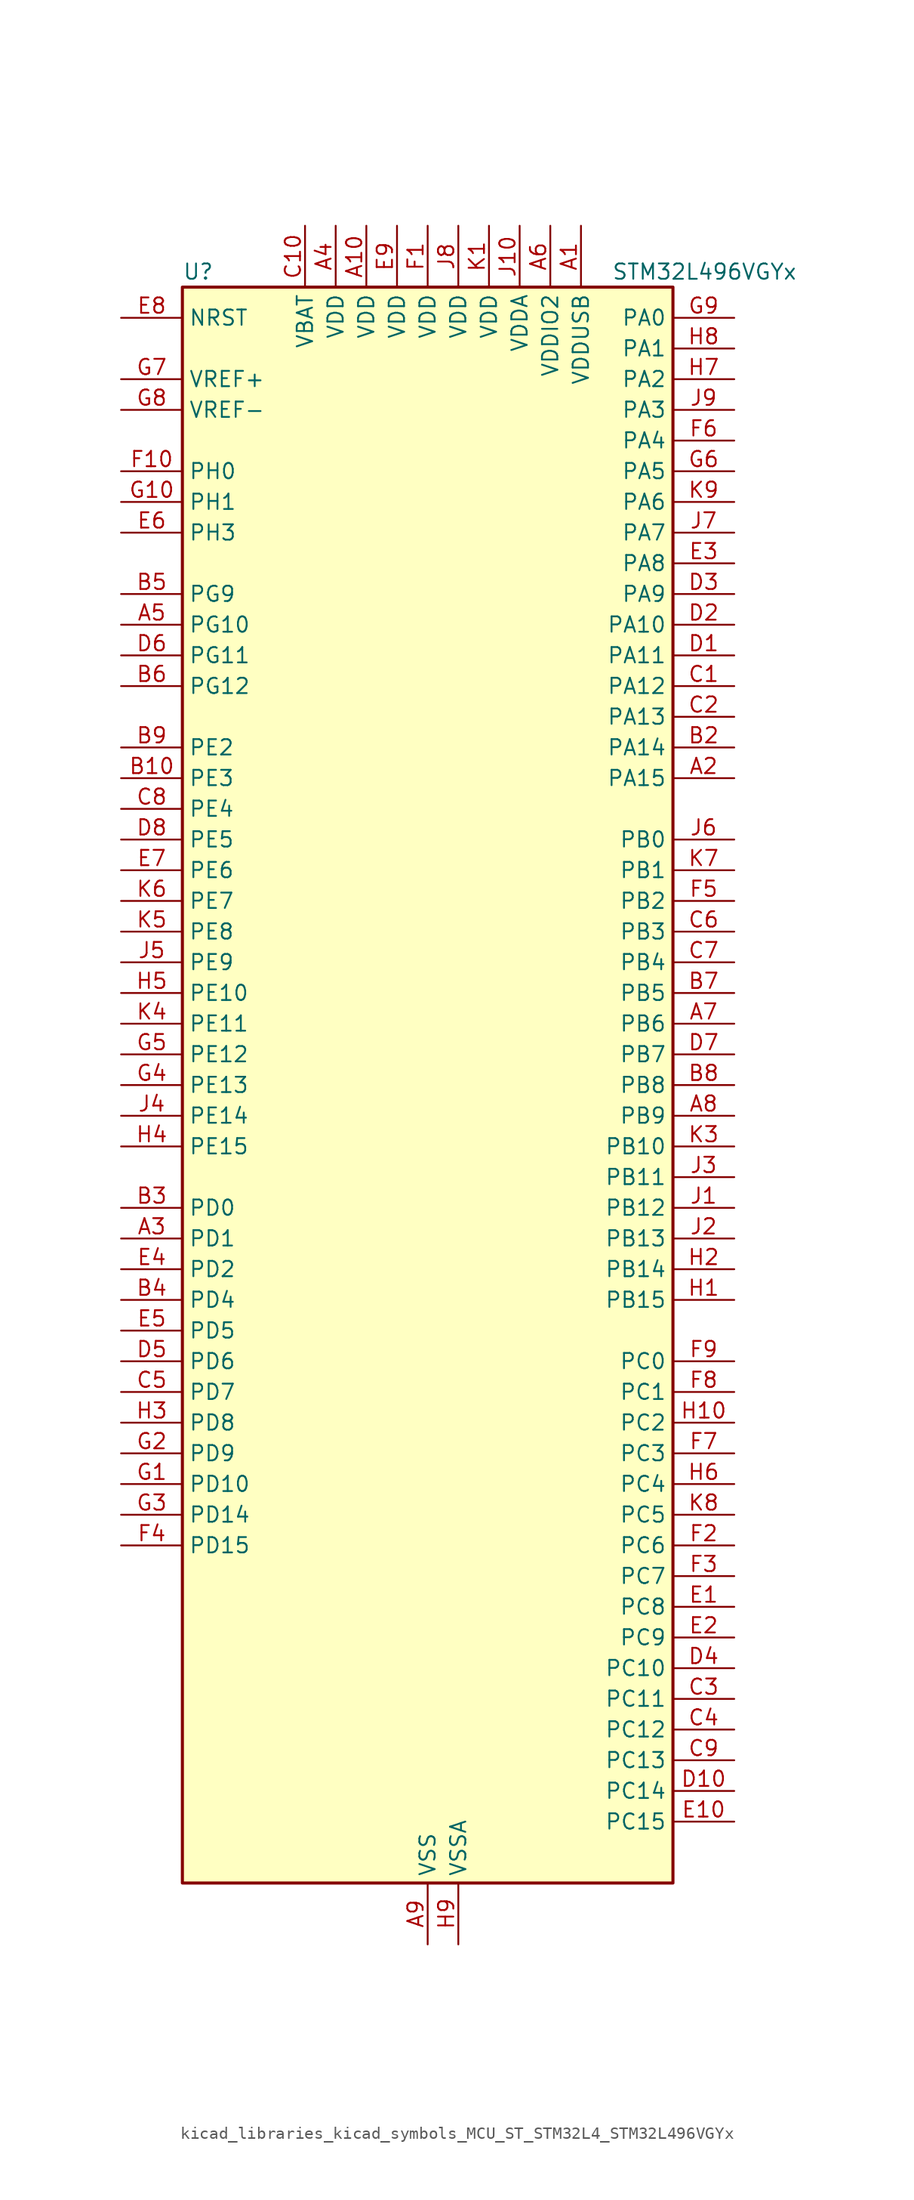
<source format=kicad_sym>
(kicad_symbol_lib
  (version 20220914)
  (generator kicad_symbol_editor)
  (symbol "kicad_libraries_kicad_symbols_MCU_ST_STM32L4_STM32L496VGYx"
    (property "Reference" "U"
      (at -20.32 67.31 0)
      (effects (font (size 1.27 1.27)) (justify left)))
    (property "Value" "STM32L496VGYx"
      (at 15.24 67.31 0)
      (effects (font (size 1.27 1.27)) (justify left)))
    (property "ki_locked" ""
      (at 0 0 0)
      (effects (font (size 1.27 1.27))))
    (symbol "kicad_libraries_kicad_symbols_MCU_ST_STM32L4_STM32L496VGYx_0_1"
      (rectangle (start -20.32 -66.04) (end 20.32 66.04) (stroke (width 0.254) (type default)) (fill (type background))))
    (symbol "kicad_libraries_kicad_symbols_MCU_ST_STM32L4_STM32L496VGYx_1_1"
      (pin power_in line (at 12.7 71.12 270) (length 5.08) (name "VDDUSB" (effects (font (size 1.27 1.27)))) (number "A1" (effects (font (size 1.27 1.27)))))
      (pin power_in line (at -5.08 71.12 270) (length 5.08) (name "VDD" (effects (font (size 1.27 1.27)))) (number "A10" (effects (font (size 1.27 1.27)))))
      (pin bidirectional line (at 25.4 25.4 180) (length 5.08) (name "PA15" (effects (font (size 1.27 1.27)))) (number "A2" (effects (font (size 1.27 1.27)))) (alternate "ADC1_EXTI15" bidirectional line) (alternate "ADC2_EXTI15" bidirectional line) (alternate "ADC3_EXTI15" bidirectional line) (alternate "LCD_SEG17" bidirectional line) (alternate "SAI2_FS_B" bidirectional line) (alternate "SPI1_NSS" bidirectional line) (alternate "SPI3_NSS" bidirectional line) (alternate "SWPMI1_SUSPEND" bidirectional line) (alternate "SYS_JTDI" bidirectional line) (alternate "TIM2_CH1" bidirectional line) (alternate "TIM2_ETR" bidirectional line) (alternate "TSC_G3_IO1" bidirectional line) (alternate "UART4_DE" bidirectional line) (alternate "UART4_RTS" bidirectional line) (alternate "USART2_RX" bidirectional line) (alternate "USART3_DE" bidirectional line) (alternate "USART3_RTS" bidirectional line))
      (pin bidirectional line (at -25.4 -12.7 0) (length 5.08) (name "PD1" (effects (font (size 1.27 1.27)))) (number "A3" (effects (font (size 1.27 1.27)))) (alternate "CAN1_TX" bidirectional line) (alternate "DFSDM1_CKIN7" bidirectional line) (alternate "FMC_D3" bidirectional line) (alternate "FMC_DA3" bidirectional line) (alternate "SPI2_SCK" bidirectional line))
      (pin power_in line (at -7.62 71.12 270) (length 5.08) (name "VDD" (effects (font (size 1.27 1.27)))) (number "A4" (effects (font (size 1.27 1.27)))))
      (pin bidirectional line (at -25.4 38.1 0) (length 5.08) (name "PG10" (effects (font (size 1.27 1.27)))) (number "A5" (effects (font (size 1.27 1.27)))) (alternate "LPTIM1_IN1" bidirectional line) (alternate "SAI2_FS_A" bidirectional line) (alternate "SPI3_MISO" bidirectional line) (alternate "TIM15_CH1" bidirectional line) (alternate "USART1_RX" bidirectional line))
      (pin power_in line (at 10.16 71.12 270) (length 5.08) (name "VDDIO2" (effects (font (size 1.27 1.27)))) (number "A6" (effects (font (size 1.27 1.27)))))
      (pin bidirectional line (at 25.4 5.08 180) (length 5.08) (name "PB6" (effects (font (size 1.27 1.27)))) (number "A7" (effects (font (size 1.27 1.27)))) (alternate "CAN2_TX" bidirectional line) (alternate "COMP2_INP" bidirectional line) (alternate "DCMI_D5" bidirectional line) (alternate "DFSDM1_DATIN5" bidirectional line) (alternate "I2C1_SCL" bidirectional line) (alternate "I2C4_SCL" bidirectional line) (alternate "LPTIM1_ETR" bidirectional line) (alternate "SAI1_FS_B" bidirectional line) (alternate "TIM16_CH1N" bidirectional line) (alternate "TIM4_CH1" bidirectional line) (alternate "TIM8_BKIN2" bidirectional line) (alternate "TIM8_BKIN2_COMP2" bidirectional line) (alternate "TSC_G2_IO3" bidirectional line) (alternate "USART1_TX" bidirectional line))
      (pin bidirectional line (at 25.4 -2.54 180) (length 5.08) (name "PB9" (effects (font (size 1.27 1.27)))) (number "A8" (effects (font (size 1.27 1.27)))) (alternate "CAN1_TX" bidirectional line) (alternate "DAC1_EXTI9" bidirectional line) (alternate "DCMI_D7" bidirectional line) (alternate "DFSDM1_CKIN6" bidirectional line) (alternate "I2C1_SDA" bidirectional line) (alternate "IR_OUT" bidirectional line) (alternate "LCD_COM3" bidirectional line) (alternate "SAI1_FS_A" bidirectional line) (alternate "SDMMC1_D5" bidirectional line) (alternate "SPI2_NSS" bidirectional line) (alternate "TIM17_CH1" bidirectional line) (alternate "TIM4_CH4" bidirectional line))
      (pin power_in line (at 0 -71.12 90) (length 5.08) (name "VSS" (effects (font (size 1.27 1.27)))) (number "A9" (effects (font (size 1.27 1.27)))))
      (pin passive line (at 0 -71.12 90) (length 5.08) hide (name "VSS" (effects (font (size 1.27 1.27)))) (number "B1" (effects (font (size 1.27 1.27)))))
      (pin bidirectional line (at -25.4 25.4 0) (length 5.08) (name "PE3" (effects (font (size 1.27 1.27)))) (number "B10" (effects (font (size 1.27 1.27)))) (alternate "FMC_A19" bidirectional line) (alternate "LCD_SEG39" bidirectional line) (alternate "SAI1_SD_B" bidirectional line) (alternate "SYS_TRACED0" bidirectional line) (alternate "TIM3_CH1" bidirectional line) (alternate "TSC_G7_IO2" bidirectional line))
      (pin bidirectional line (at 25.4 27.94 180) (length 5.08) (name "PA14" (effects (font (size 1.27 1.27)))) (number "B2" (effects (font (size 1.27 1.27)))) (alternate "I2C1_SMBA" bidirectional line) (alternate "I2C4_SMBA" bidirectional line) (alternate "LPTIM1_OUT" bidirectional line) (alternate "SAI1_FS_B" bidirectional line) (alternate "SWPMI1_RX" bidirectional line) (alternate "SYS_JTCK-SWCLK" bidirectional line) (alternate "USB_OTG_FS_SOF" bidirectional line))
      (pin bidirectional line (at -25.4 -10.16 0) (length 5.08) (name "PD0" (effects (font (size 1.27 1.27)))) (number "B3" (effects (font (size 1.27 1.27)))) (alternate "CAN1_RX" bidirectional line) (alternate "DFSDM1_DATIN7" bidirectional line) (alternate "FMC_D2" bidirectional line) (alternate "FMC_DA2" bidirectional line) (alternate "SPI2_NSS" bidirectional line))
      (pin bidirectional line (at -25.4 -17.78 0) (length 5.08) (name "PD4" (effects (font (size 1.27 1.27)))) (number "B4" (effects (font (size 1.27 1.27)))) (alternate "DFSDM1_CKIN0" bidirectional line) (alternate "FMC_NOE" bidirectional line) (alternate "QUADSPI_BK2_IO0" bidirectional line) (alternate "SPI2_MOSI" bidirectional line) (alternate "USART2_DE" bidirectional line) (alternate "USART2_RTS" bidirectional line))
      (pin bidirectional line (at -25.4 40.64 0) (length 5.08) (name "PG9" (effects (font (size 1.27 1.27)))) (number "B5" (effects (font (size 1.27 1.27)))) (alternate "DAC1_EXTI9" bidirectional line) (alternate "FMC_NCE" bidirectional line) (alternate "SAI2_SCK_A" bidirectional line) (alternate "SPI3_SCK" bidirectional line) (alternate "TIM15_CH1N" bidirectional line) (alternate "USART1_TX" bidirectional line))
      (pin bidirectional line (at -25.4 33.02 0) (length 5.08) (name "PG12" (effects (font (size 1.27 1.27)))) (number "B6" (effects (font (size 1.27 1.27)))) (alternate "LPTIM1_ETR" bidirectional line) (alternate "SAI2_SD_A" bidirectional line) (alternate "SPI3_NSS" bidirectional line) (alternate "USART1_DE" bidirectional line) (alternate "USART1_RTS" bidirectional line))
      (pin bidirectional line (at 25.4 7.62 180) (length 5.08) (name "PB5" (effects (font (size 1.27 1.27)))) (number "B7" (effects (font (size 1.27 1.27)))) (alternate "CAN2_RX" bidirectional line) (alternate "COMP2_OUT" bidirectional line) (alternate "DCMI_D10" bidirectional line) (alternate "I2C1_SMBA" bidirectional line) (alternate "LCD_SEG9" bidirectional line) (alternate "LPTIM1_IN1" bidirectional line) (alternate "SAI1_SD_B" bidirectional line) (alternate "SPI1_MOSI" bidirectional line) (alternate "SPI3_MOSI" bidirectional line) (alternate "TIM16_BKIN" bidirectional line) (alternate "TIM3_CH2" bidirectional line) (alternate "TSC_G2_IO2" bidirectional line) (alternate "UART5_CTS" bidirectional line) (alternate "USART1_CK" bidirectional line))
      (pin bidirectional line (at 25.4 0 180) (length 5.08) (name "PB8" (effects (font (size 1.27 1.27)))) (number "B8" (effects (font (size 1.27 1.27)))) (alternate "CAN1_RX" bidirectional line) (alternate "DCMI_D6" bidirectional line) (alternate "DFSDM1_DATIN6" bidirectional line) (alternate "I2C1_SCL" bidirectional line) (alternate "LCD_SEG16" bidirectional line) (alternate "SAI1_MCLK_A" bidirectional line) (alternate "SDMMC1_D4" bidirectional line) (alternate "TIM16_CH1" bidirectional line) (alternate "TIM4_CH3" bidirectional line))
      (pin bidirectional line (at -25.4 27.94 0) (length 5.08) (name "PE2" (effects (font (size 1.27 1.27)))) (number "B9" (effects (font (size 1.27 1.27)))) (alternate "FMC_A23" bidirectional line) (alternate "LCD_SEG38" bidirectional line) (alternate "SAI1_MCLK_A" bidirectional line) (alternate "SYS_TRACECLK" bidirectional line) (alternate "TIM3_ETR" bidirectional line) (alternate "TSC_G7_IO1" bidirectional line))
      (pin bidirectional line (at 25.4 33.02 180) (length 5.08) (name "PA12" (effects (font (size 1.27 1.27)))) (number "C1" (effects (font (size 1.27 1.27)))) (alternate "CAN1_TX" bidirectional line) (alternate "SPI1_MOSI" bidirectional line) (alternate "TIM1_ETR" bidirectional line) (alternate "USART1_DE" bidirectional line) (alternate "USART1_RTS" bidirectional line) (alternate "USB_OTG_FS_DP" bidirectional line))
      (pin power_in line (at -10.16 71.12 270) (length 5.08) (name "VBAT" (effects (font (size 1.27 1.27)))) (number "C10" (effects (font (size 1.27 1.27)))))
      (pin bidirectional line (at 25.4 30.48 180) (length 5.08) (name "PA13" (effects (font (size 1.27 1.27)))) (number "C2" (effects (font (size 1.27 1.27)))) (alternate "IR_OUT" bidirectional line) (alternate "SAI1_SD_B" bidirectional line) (alternate "SWPMI1_TX" bidirectional line) (alternate "SYS_JTMS-SWDIO" bidirectional line) (alternate "USB_OTG_FS_NOE" bidirectional line))
      (pin bidirectional line (at 25.4 -50.8 180) (length 5.08) (name "PC11" (effects (font (size 1.27 1.27)))) (number "C3" (effects (font (size 1.27 1.27)))) (alternate "ADC1_EXTI11" bidirectional line) (alternate "ADC2_EXTI11" bidirectional line) (alternate "ADC3_EXTI11" bidirectional line) (alternate "DCMI_D4" bidirectional line) (alternate "LCD_COM5" bidirectional line) (alternate "LCD_SEG29" bidirectional line) (alternate "LCD_SEG41" bidirectional line) (alternate "QUADSPI_BK2_NCS" bidirectional line) (alternate "SAI2_MCLK_B" bidirectional line) (alternate "SDMMC1_D3" bidirectional line) (alternate "SPI3_MISO" bidirectional line) (alternate "TSC_G3_IO3" bidirectional line) (alternate "UART4_RX" bidirectional line) (alternate "USART3_RX" bidirectional line))
      (pin bidirectional line (at 25.4 -53.34 180) (length 5.08) (name "PC12" (effects (font (size 1.27 1.27)))) (number "C4" (effects (font (size 1.27 1.27)))) (alternate "DCMI_D9" bidirectional line) (alternate "LCD_COM6" bidirectional line) (alternate "LCD_SEG30" bidirectional line) (alternate "LCD_SEG42" bidirectional line) (alternate "SAI2_SD_B" bidirectional line) (alternate "SDMMC1_CK" bidirectional line) (alternate "SPI3_MOSI" bidirectional line) (alternate "SYS_TRACED3" bidirectional line) (alternate "TSC_G3_IO4" bidirectional line) (alternate "UART5_TX" bidirectional line) (alternate "USART3_CK" bidirectional line))
      (pin bidirectional line (at -25.4 -25.4 0) (length 5.08) (name "PD7" (effects (font (size 1.27 1.27)))) (number "C5" (effects (font (size 1.27 1.27)))) (alternate "DFSDM1_CKIN1" bidirectional line) (alternate "FMC_NE1" bidirectional line) (alternate "QUADSPI_BK2_IO3" bidirectional line) (alternate "USART2_CK" bidirectional line))
      (pin bidirectional line (at 25.4 12.7 180) (length 5.08) (name "PB3" (effects (font (size 1.27 1.27)))) (number "C6" (effects (font (size 1.27 1.27)))) (alternate "COMP2_INM" bidirectional line) (alternate "CRS_SYNC" bidirectional line) (alternate "LCD_SEG7" bidirectional line) (alternate "SAI1_SCK_B" bidirectional line) (alternate "SPI1_SCK" bidirectional line) (alternate "SPI3_SCK" bidirectional line) (alternate "SYS_JTDO-SWO" bidirectional line) (alternate "TIM2_CH2" bidirectional line) (alternate "USART1_DE" bidirectional line) (alternate "USART1_RTS" bidirectional line))
      (pin bidirectional line (at 25.4 10.16 180) (length 5.08) (name "PB4" (effects (font (size 1.27 1.27)))) (number "C7" (effects (font (size 1.27 1.27)))) (alternate "COMP2_INP" bidirectional line) (alternate "DCMI_D12" bidirectional line) (alternate "I2C3_SDA" bidirectional line) (alternate "LCD_SEG8" bidirectional line) (alternate "SAI1_MCLK_B" bidirectional line) (alternate "SPI1_MISO" bidirectional line) (alternate "SPI3_MISO" bidirectional line) (alternate "SYS_JTRST" bidirectional line) (alternate "TIM17_BKIN" bidirectional line) (alternate "TIM3_CH1" bidirectional line) (alternate "TSC_G2_IO1" bidirectional line) (alternate "UART5_DE" bidirectional line) (alternate "UART5_RTS" bidirectional line) (alternate "USART1_CTS" bidirectional line))
      (pin bidirectional line (at -25.4 22.86 0) (length 5.08) (name "PE4" (effects (font (size 1.27 1.27)))) (number "C8" (effects (font (size 1.27 1.27)))) (alternate "DCMI_D4" bidirectional line) (alternate "DFSDM1_DATIN3" bidirectional line) (alternate "FMC_A20" bidirectional line) (alternate "SAI1_FS_A" bidirectional line) (alternate "SYS_TRACED1" bidirectional line) (alternate "TIM3_CH2" bidirectional line) (alternate "TSC_G7_IO3" bidirectional line))
      (pin bidirectional line (at 25.4 -55.88 180) (length 5.08) (name "PC13" (effects (font (size 1.27 1.27)))) (number "C9" (effects (font (size 1.27 1.27)))) (alternate "RTC_OUT_ALARM" bidirectional line) (alternate "RTC_OUT_CALIB" bidirectional line) (alternate "RTC_TAMP1" bidirectional line) (alternate "RTC_TS" bidirectional line) (alternate "SYS_WKUP2" bidirectional line))
      (pin bidirectional line (at 25.4 35.56 180) (length 5.08) (name "PA11" (effects (font (size 1.27 1.27)))) (number "D1" (effects (font (size 1.27 1.27)))) (alternate "ADC1_EXTI11" bidirectional line) (alternate "ADC2_EXTI11" bidirectional line) (alternate "ADC3_EXTI11" bidirectional line) (alternate "CAN1_RX" bidirectional line) (alternate "SPI1_MISO" bidirectional line) (alternate "TIM1_BKIN2" bidirectional line) (alternate "TIM1_BKIN2_COMP1" bidirectional line) (alternate "TIM1_CH4" bidirectional line) (alternate "USART1_CTS" bidirectional line) (alternate "USB_OTG_FS_DM" bidirectional line))
      (pin bidirectional line (at 25.4 -58.42 180) (length 5.08) (name "PC14" (effects (font (size 1.27 1.27)))) (number "D10" (effects (font (size 1.27 1.27)))) (alternate "RCC_OSC32_IN" bidirectional line))
      (pin bidirectional line (at 25.4 38.1 180) (length 5.08) (name "PA10" (effects (font (size 1.27 1.27)))) (number "D2" (effects (font (size 1.27 1.27)))) (alternate "DCMI_D1" bidirectional line) (alternate "LCD_COM2" bidirectional line) (alternate "SAI1_SD_A" bidirectional line) (alternate "TIM17_BKIN" bidirectional line) (alternate "TIM1_CH3" bidirectional line) (alternate "USART1_RX" bidirectional line) (alternate "USB_OTG_FS_ID" bidirectional line))
      (pin bidirectional line (at 25.4 40.64 180) (length 5.08) (name "PA9" (effects (font (size 1.27 1.27)))) (number "D3" (effects (font (size 1.27 1.27)))) (alternate "DAC1_EXTI9" bidirectional line) (alternate "DCMI_D0" bidirectional line) (alternate "LCD_COM1" bidirectional line) (alternate "SAI1_FS_A" bidirectional line) (alternate "SPI2_SCK" bidirectional line) (alternate "TIM15_BKIN" bidirectional line) (alternate "TIM1_CH2" bidirectional line) (alternate "USART1_TX" bidirectional line) (alternate "USB_OTG_FS_VBUS" bidirectional line))
      (pin bidirectional line (at 25.4 -48.26 180) (length 5.08) (name "PC10" (effects (font (size 1.27 1.27)))) (number "D4" (effects (font (size 1.27 1.27)))) (alternate "DCMI_D8" bidirectional line) (alternate "LCD_COM4" bidirectional line) (alternate "LCD_SEG28" bidirectional line) (alternate "LCD_SEG40" bidirectional line) (alternate "SAI2_SCK_B" bidirectional line) (alternate "SDMMC1_D2" bidirectional line) (alternate "SPI3_SCK" bidirectional line) (alternate "SYS_TRACED1" bidirectional line) (alternate "TSC_G3_IO2" bidirectional line) (alternate "UART4_TX" bidirectional line) (alternate "USART3_TX" bidirectional line))
      (pin bidirectional line (at -25.4 -22.86 0) (length 5.08) (name "PD6" (effects (font (size 1.27 1.27)))) (number "D5" (effects (font (size 1.27 1.27)))) (alternate "DCMI_D10" bidirectional line) (alternate "DFSDM1_DATIN1" bidirectional line) (alternate "FMC_NWAIT" bidirectional line) (alternate "QUADSPI_BK2_IO1" bidirectional line) (alternate "QUADSPI_BK2_IO2" bidirectional line) (alternate "SAI1_SD_A" bidirectional line) (alternate "USART2_RX" bidirectional line))
      (pin bidirectional line (at -25.4 35.56 0) (length 5.08) (name "PG11" (effects (font (size 1.27 1.27)))) (number "D6" (effects (font (size 1.27 1.27)))) (alternate "ADC1_EXTI11" bidirectional line) (alternate "ADC2_EXTI11" bidirectional line) (alternate "ADC3_EXTI11" bidirectional line) (alternate "LPTIM1_IN2" bidirectional line) (alternate "SAI2_MCLK_A" bidirectional line) (alternate "SPI3_MOSI" bidirectional line) (alternate "TIM15_CH2" bidirectional line) (alternate "USART1_CTS" bidirectional line))
      (pin bidirectional line (at 25.4 2.54 180) (length 5.08) (name "PB7" (effects (font (size 1.27 1.27)))) (number "D7" (effects (font (size 1.27 1.27)))) (alternate "COMP2_INM" bidirectional line) (alternate "DCMI_VSYNC" bidirectional line) (alternate "DFSDM1_CKIN5" bidirectional line) (alternate "FMC_NL" bidirectional line) (alternate "I2C1_SDA" bidirectional line) (alternate "I2C4_SDA" bidirectional line) (alternate "LCD_SEG21" bidirectional line) (alternate "LPTIM1_IN2" bidirectional line) (alternate "SYS_PVD_IN" bidirectional line) (alternate "TIM17_CH1N" bidirectional line) (alternate "TIM4_CH2" bidirectional line) (alternate "TIM8_BKIN" bidirectional line) (alternate "TIM8_BKIN_COMP1" bidirectional line) (alternate "TSC_G2_IO4" bidirectional line) (alternate "UART4_CTS" bidirectional line) (alternate "USART1_RX" bidirectional line))
      (pin bidirectional line (at -25.4 20.32 0) (length 5.08) (name "PE5" (effects (font (size 1.27 1.27)))) (number "D8" (effects (font (size 1.27 1.27)))) (alternate "DCMI_D6" bidirectional line) (alternate "DFSDM1_CKIN3" bidirectional line) (alternate "FMC_A21" bidirectional line) (alternate "SAI1_SCK_A" bidirectional line) (alternate "SYS_TRACED2" bidirectional line) (alternate "TIM3_CH3" bidirectional line) (alternate "TSC_G7_IO4" bidirectional line))
      (pin passive line (at 0 -71.12 90) (length 5.08) hide (name "VSS" (effects (font (size 1.27 1.27)))) (number "D9" (effects (font (size 1.27 1.27)))))
      (pin bidirectional line (at 25.4 -43.18 180) (length 5.08) (name "PC8" (effects (font (size 1.27 1.27)))) (number "E1" (effects (font (size 1.27 1.27)))) (alternate "DCMI_D2" bidirectional line) (alternate "LCD_SEG26" bidirectional line) (alternate "SDMMC1_D0" bidirectional line) (alternate "TIM3_CH3" bidirectional line) (alternate "TIM8_CH3" bidirectional line) (alternate "TSC_G4_IO3" bidirectional line))
      (pin bidirectional line (at 25.4 -60.96 180) (length 5.08) (name "PC15" (effects (font (size 1.27 1.27)))) (number "E10" (effects (font (size 1.27 1.27)))) (alternate "ADC1_EXTI15" bidirectional line) (alternate "ADC2_EXTI15" bidirectional line) (alternate "ADC3_EXTI15" bidirectional line) (alternate "RCC_OSC32_OUT" bidirectional line))
      (pin bidirectional line (at 25.4 -45.72 180) (length 5.08) (name "PC9" (effects (font (size 1.27 1.27)))) (number "E2" (effects (font (size 1.27 1.27)))) (alternate "DAC1_EXTI9" bidirectional line) (alternate "DCMI_D3" bidirectional line) (alternate "I2C3_SDA" bidirectional line) (alternate "LCD_SEG27" bidirectional line) (alternate "SAI2_EXTCLK" bidirectional line) (alternate "SDMMC1_D1" bidirectional line) (alternate "TIM3_CH4" bidirectional line) (alternate "TIM8_BKIN2" bidirectional line) (alternate "TIM8_BKIN2_COMP1" bidirectional line) (alternate "TIM8_CH4" bidirectional line) (alternate "TSC_G4_IO4" bidirectional line) (alternate "USB_OTG_FS_NOE" bidirectional line))
      (pin bidirectional line (at 25.4 43.18 180) (length 5.08) (name "PA8" (effects (font (size 1.27 1.27)))) (number "E3" (effects (font (size 1.27 1.27)))) (alternate "LCD_COM0" bidirectional line) (alternate "LPTIM2_OUT" bidirectional line) (alternate "RCC_MCO" bidirectional line) (alternate "SAI1_SCK_A" bidirectional line) (alternate "SWPMI1_IO" bidirectional line) (alternate "TIM1_CH1" bidirectional line) (alternate "USART1_CK" bidirectional line) (alternate "USB_OTG_FS_SOF" bidirectional line))
      (pin bidirectional line (at -25.4 -15.24 0) (length 5.08) (name "PD2" (effects (font (size 1.27 1.27)))) (number "E4" (effects (font (size 1.27 1.27)))) (alternate "DCMI_D11" bidirectional line) (alternate "LCD_COM7" bidirectional line) (alternate "LCD_SEG31" bidirectional line) (alternate "LCD_SEG43" bidirectional line) (alternate "SDMMC1_CMD" bidirectional line) (alternate "SYS_TRACED2" bidirectional line) (alternate "TIM3_ETR" bidirectional line) (alternate "TSC_SYNC" bidirectional line) (alternate "UART5_RX" bidirectional line) (alternate "USART3_DE" bidirectional line) (alternate "USART3_RTS" bidirectional line))
      (pin bidirectional line (at -25.4 -20.32 0) (length 5.08) (name "PD5" (effects (font (size 1.27 1.27)))) (number "E5" (effects (font (size 1.27 1.27)))) (alternate "FMC_NWE" bidirectional line) (alternate "QUADSPI_BK2_IO1" bidirectional line) (alternate "USART2_TX" bidirectional line))
      (pin bidirectional line (at -25.4 45.72 0) (length 5.08) (name "PH3" (effects (font (size 1.27 1.27)))) (number "E6" (effects (font (size 1.27 1.27)))))
      (pin bidirectional line (at -25.4 17.78 0) (length 5.08) (name "PE6" (effects (font (size 1.27 1.27)))) (number "E7" (effects (font (size 1.27 1.27)))) (alternate "DCMI_D7" bidirectional line) (alternate "FMC_A22" bidirectional line) (alternate "RTC_TAMP3" bidirectional line) (alternate "SAI1_SD_A" bidirectional line) (alternate "SYS_TRACED3" bidirectional line) (alternate "SYS_WKUP3" bidirectional line) (alternate "TIM3_CH4" bidirectional line))
      (pin input line (at -25.4 63.5 0) (length 5.08) (name "NRST" (effects (font (size 1.27 1.27)))) (number "E8" (effects (font (size 1.27 1.27)))))
      (pin power_in line (at -2.54 71.12 270) (length 5.08) (name "VDD" (effects (font (size 1.27 1.27)))) (number "E9" (effects (font (size 1.27 1.27)))))
      (pin power_in line (at 0 71.12 270) (length 5.08) (name "VDD" (effects (font (size 1.27 1.27)))) (number "F1" (effects (font (size 1.27 1.27)))))
      (pin bidirectional line (at -25.4 50.8 0) (length 5.08) (name "PH0" (effects (font (size 1.27 1.27)))) (number "F10" (effects (font (size 1.27 1.27)))) (alternate "RCC_OSC_IN" bidirectional line))
      (pin bidirectional line (at 25.4 -38.1 180) (length 5.08) (name "PC6" (effects (font (size 1.27 1.27)))) (number "F2" (effects (font (size 1.27 1.27)))) (alternate "DCMI_D0" bidirectional line) (alternate "DFSDM1_CKIN3" bidirectional line) (alternate "LCD_SEG24" bidirectional line) (alternate "SAI2_MCLK_A" bidirectional line) (alternate "SDMMC1_D6" bidirectional line) (alternate "TIM3_CH1" bidirectional line) (alternate "TIM8_CH1" bidirectional line) (alternate "TSC_G4_IO1" bidirectional line))
      (pin bidirectional line (at 25.4 -40.64 180) (length 5.08) (name "PC7" (effects (font (size 1.27 1.27)))) (number "F3" (effects (font (size 1.27 1.27)))) (alternate "DCMI_D1" bidirectional line) (alternate "DFSDM1_DATIN3" bidirectional line) (alternate "LCD_SEG25" bidirectional line) (alternate "SAI2_MCLK_B" bidirectional line) (alternate "SDMMC1_D7" bidirectional line) (alternate "TIM3_CH2" bidirectional line) (alternate "TIM8_CH2" bidirectional line) (alternate "TSC_G4_IO2" bidirectional line))
      (pin bidirectional line (at -25.4 -38.1 0) (length 5.08) (name "PD15" (effects (font (size 1.27 1.27)))) (number "F4" (effects (font (size 1.27 1.27)))) (alternate "ADC1_EXTI15" bidirectional line) (alternate "ADC2_EXTI15" bidirectional line) (alternate "ADC3_EXTI15" bidirectional line) (alternate "FMC_D1" bidirectional line) (alternate "FMC_DA1" bidirectional line) (alternate "LCD_SEG35" bidirectional line) (alternate "TIM4_CH4" bidirectional line))
      (pin bidirectional line (at 25.4 15.24 180) (length 5.08) (name "PB2" (effects (font (size 1.27 1.27)))) (number "F5" (effects (font (size 1.27 1.27)))) (alternate "COMP1_INP" bidirectional line) (alternate "DFSDM1_CKIN0" bidirectional line) (alternate "I2C3_SMBA" bidirectional line) (alternate "LCD_VLCD" bidirectional line) (alternate "LPTIM1_OUT" bidirectional line) (alternate "RTC_OUT_ALARM" bidirectional line) (alternate "RTC_OUT_CALIB" bidirectional line))
      (pin bidirectional line (at 25.4 53.34 180) (length 5.08) (name "PA4" (effects (font (size 1.27 1.27)))) (number "F6" (effects (font (size 1.27 1.27)))) (alternate "ADC1_IN9" bidirectional line) (alternate "ADC2_IN9" bidirectional line) (alternate "DAC1_OUT1" bidirectional line) (alternate "DCMI_HSYNC" bidirectional line) (alternate "LPTIM2_OUT" bidirectional line) (alternate "SAI1_FS_B" bidirectional line) (alternate "SPI1_NSS" bidirectional line) (alternate "SPI3_NSS" bidirectional line) (alternate "USART2_CK" bidirectional line))
      (pin bidirectional line (at 25.4 -30.48 180) (length 5.08) (name "PC3" (effects (font (size 1.27 1.27)))) (number "F7" (effects (font (size 1.27 1.27)))) (alternate "ADC1_IN4" bidirectional line) (alternate "ADC2_IN4" bidirectional line) (alternate "ADC3_IN4" bidirectional line) (alternate "LCD_VLCD" bidirectional line) (alternate "LPTIM1_ETR" bidirectional line) (alternate "LPTIM2_ETR" bidirectional line) (alternate "QUADSPI_BK2_IO2" bidirectional line) (alternate "SAI1_SD_A" bidirectional line) (alternate "SPI2_MOSI" bidirectional line))
      (pin bidirectional line (at 25.4 -25.4 180) (length 5.08) (name "PC1" (effects (font (size 1.27 1.27)))) (number "F8" (effects (font (size 1.27 1.27)))) (alternate "ADC1_IN2" bidirectional line) (alternate "ADC2_IN2" bidirectional line) (alternate "ADC3_IN2" bidirectional line) (alternate "DFSDM1_CKIN4" bidirectional line) (alternate "I2C3_SDA" bidirectional line) (alternate "I2C4_SDA" bidirectional line) (alternate "LCD_SEG19" bidirectional line) (alternate "LPTIM1_OUT" bidirectional line) (alternate "LPUART1_TX" bidirectional line) (alternate "QUADSPI_BK2_IO0" bidirectional line) (alternate "SAI1_SD_A" bidirectional line) (alternate "SPI2_MOSI" bidirectional line) (alternate "SYS_TRACED0" bidirectional line))
      (pin bidirectional line (at 25.4 -22.86 180) (length 5.08) (name "PC0" (effects (font (size 1.27 1.27)))) (number "F9" (effects (font (size 1.27 1.27)))) (alternate "ADC1_IN1" bidirectional line) (alternate "ADC2_IN1" bidirectional line) (alternate "ADC3_IN1" bidirectional line) (alternate "DFSDM1_DATIN4" bidirectional line) (alternate "I2C3_SCL" bidirectional line) (alternate "I2C4_SCL" bidirectional line) (alternate "LCD_SEG18" bidirectional line) (alternate "LPTIM1_IN1" bidirectional line) (alternate "LPTIM2_IN1" bidirectional line) (alternate "LPUART1_RX" bidirectional line))
      (pin bidirectional line (at -25.4 -33.02 0) (length 5.08) (name "PD10" (effects (font (size 1.27 1.27)))) (number "G1" (effects (font (size 1.27 1.27)))) (alternate "FMC_D15" bidirectional line) (alternate "FMC_DA15" bidirectional line) (alternate "LCD_SEG30" bidirectional line) (alternate "SAI2_SCK_A" bidirectional line) (alternate "USART3_CK" bidirectional line))
      (pin bidirectional line (at -25.4 48.26 0) (length 5.08) (name "PH1" (effects (font (size 1.27 1.27)))) (number "G10" (effects (font (size 1.27 1.27)))) (alternate "RCC_OSC_OUT" bidirectional line))
      (pin bidirectional line (at -25.4 -30.48 0) (length 5.08) (name "PD9" (effects (font (size 1.27 1.27)))) (number "G2" (effects (font (size 1.27 1.27)))) (alternate "DAC1_EXTI9" bidirectional line) (alternate "DCMI_PIXCLK" bidirectional line) (alternate "FMC_D14" bidirectional line) (alternate "FMC_DA14" bidirectional line) (alternate "LCD_SEG29" bidirectional line) (alternate "SAI2_MCLK_A" bidirectional line) (alternate "USART3_RX" bidirectional line))
      (pin bidirectional line (at -25.4 -35.56 0) (length 5.08) (name "PD14" (effects (font (size 1.27 1.27)))) (number "G3" (effects (font (size 1.27 1.27)))) (alternate "FMC_D0" bidirectional line) (alternate "FMC_DA0" bidirectional line) (alternate "LCD_SEG34" bidirectional line) (alternate "TIM4_CH3" bidirectional line))
      (pin bidirectional line (at -25.4 0 0) (length 5.08) (name "PE13" (effects (font (size 1.27 1.27)))) (number "G4" (effects (font (size 1.27 1.27)))) (alternate "DFSDM1_CKIN5" bidirectional line) (alternate "FMC_D10" bidirectional line) (alternate "FMC_DA10" bidirectional line) (alternate "QUADSPI_BK1_IO1" bidirectional line) (alternate "SPI1_SCK" bidirectional line) (alternate "TIM1_CH3" bidirectional line) (alternate "TSC_G5_IO4" bidirectional line))
      (pin bidirectional line (at -25.4 2.54 0) (length 5.08) (name "PE12" (effects (font (size 1.27 1.27)))) (number "G5" (effects (font (size 1.27 1.27)))) (alternate "DFSDM1_DATIN5" bidirectional line) (alternate "FMC_D9" bidirectional line) (alternate "FMC_DA9" bidirectional line) (alternate "QUADSPI_BK1_IO0" bidirectional line) (alternate "SPI1_NSS" bidirectional line) (alternate "TIM1_CH3N" bidirectional line) (alternate "TSC_G5_IO3" bidirectional line))
      (pin bidirectional line (at 25.4 50.8 180) (length 5.08) (name "PA5" (effects (font (size 1.27 1.27)))) (number "G6" (effects (font (size 1.27 1.27)))) (alternate "ADC1_IN10" bidirectional line) (alternate "ADC2_IN10" bidirectional line) (alternate "DAC1_OUT2" bidirectional line) (alternate "LPTIM2_ETR" bidirectional line) (alternate "SPI1_SCK" bidirectional line) (alternate "TIM2_CH1" bidirectional line) (alternate "TIM2_ETR" bidirectional line) (alternate "TIM8_CH1N" bidirectional line))
      (pin input line (at -25.4 58.42 0) (length 5.08) (name "VREF+" (effects (font (size 1.27 1.27)))) (number "G7" (effects (font (size 1.27 1.27)))) (alternate "VREFBUF_OUT" bidirectional line))
      (pin input line (at -25.4 55.88 0) (length 5.08) (name "VREF-" (effects (font (size 1.27 1.27)))) (number "G8" (effects (font (size 1.27 1.27)))))
      (pin bidirectional line (at 25.4 63.5 180) (length 5.08) (name "PA0" (effects (font (size 1.27 1.27)))) (number "G9" (effects (font (size 1.27 1.27)))) (alternate "ADC1_IN5" bidirectional line) (alternate "ADC2_IN5" bidirectional line) (alternate "OPAMP1_VINP" bidirectional line) (alternate "RTC_TAMP2" bidirectional line) (alternate "SAI1_EXTCLK" bidirectional line) (alternate "SYS_WKUP1" bidirectional line) (alternate "TIM2_CH1" bidirectional line) (alternate "TIM2_ETR" bidirectional line) (alternate "TIM5_CH1" bidirectional line) (alternate "TIM8_ETR" bidirectional line) (alternate "UART4_TX" bidirectional line) (alternate "USART2_CTS" bidirectional line))
      (pin bidirectional line (at 25.4 -17.78 180) (length 5.08) (name "PB15" (effects (font (size 1.27 1.27)))) (number "H1" (effects (font (size 1.27 1.27)))) (alternate "ADC1_EXTI15" bidirectional line) (alternate "ADC2_EXTI15" bidirectional line) (alternate "ADC3_EXTI15" bidirectional line) (alternate "DFSDM1_CKIN2" bidirectional line) (alternate "LCD_SEG15" bidirectional line) (alternate "RTC_REFIN" bidirectional line) (alternate "SAI2_SD_A" bidirectional line) (alternate "SPI2_MOSI" bidirectional line) (alternate "SWPMI1_SUSPEND" bidirectional line) (alternate "TIM15_CH2" bidirectional line) (alternate "TIM1_CH3N" bidirectional line) (alternate "TIM8_CH3N" bidirectional line) (alternate "TSC_G1_IO4" bidirectional line))
      (pin bidirectional line (at 25.4 -27.94 180) (length 5.08) (name "PC2" (effects (font (size 1.27 1.27)))) (number "H10" (effects (font (size 1.27 1.27)))) (alternate "ADC1_IN3" bidirectional line) (alternate "ADC2_IN3" bidirectional line) (alternate "ADC3_IN3" bidirectional line) (alternate "DFSDM1_CKOUT" bidirectional line) (alternate "LCD_SEG20" bidirectional line) (alternate "LPTIM1_IN2" bidirectional line) (alternate "QUADSPI_BK2_IO1" bidirectional line) (alternate "SPI2_MISO" bidirectional line))
      (pin bidirectional line (at 25.4 -15.24 180) (length 5.08) (name "PB14" (effects (font (size 1.27 1.27)))) (number "H2" (effects (font (size 1.27 1.27)))) (alternate "DFSDM1_DATIN2" bidirectional line) (alternate "I2C2_SDA" bidirectional line) (alternate "LCD_SEG14" bidirectional line) (alternate "SAI2_MCLK_A" bidirectional line) (alternate "SPI2_MISO" bidirectional line) (alternate "SWPMI1_RX" bidirectional line) (alternate "TIM15_CH1" bidirectional line) (alternate "TIM1_CH2N" bidirectional line) (alternate "TIM8_CH2N" bidirectional line) (alternate "TSC_G1_IO3" bidirectional line) (alternate "USART3_DE" bidirectional line) (alternate "USART3_RTS" bidirectional line))
      (pin bidirectional line (at -25.4 -27.94 0) (length 5.08) (name "PD8" (effects (font (size 1.27 1.27)))) (number "H3" (effects (font (size 1.27 1.27)))) (alternate "DCMI_HSYNC" bidirectional line) (alternate "FMC_D13" bidirectional line) (alternate "FMC_DA13" bidirectional line) (alternate "LCD_SEG28" bidirectional line) (alternate "USART3_TX" bidirectional line))
      (pin bidirectional line (at -25.4 -5.08 0) (length 5.08) (name "PE15" (effects (font (size 1.27 1.27)))) (number "H4" (effects (font (size 1.27 1.27)))) (alternate "ADC1_EXTI15" bidirectional line) (alternate "ADC2_EXTI15" bidirectional line) (alternate "ADC3_EXTI15" bidirectional line) (alternate "FMC_D12" bidirectional line) (alternate "FMC_DA12" bidirectional line) (alternate "QUADSPI_BK1_IO3" bidirectional line) (alternate "SPI1_MOSI" bidirectional line) (alternate "TIM1_BKIN" bidirectional line) (alternate "TIM1_BKIN_COMP1" bidirectional line))
      (pin bidirectional line (at -25.4 7.62 0) (length 5.08) (name "PE10" (effects (font (size 1.27 1.27)))) (number "H5" (effects (font (size 1.27 1.27)))) (alternate "DFSDM1_DATIN4" bidirectional line) (alternate "FMC_D7" bidirectional line) (alternate "FMC_DA7" bidirectional line) (alternate "QUADSPI_CLK" bidirectional line) (alternate "SAI1_MCLK_B" bidirectional line) (alternate "TIM1_CH2N" bidirectional line) (alternate "TSC_G5_IO1" bidirectional line))
      (pin bidirectional line (at 25.4 -33.02 180) (length 5.08) (name "PC4" (effects (font (size 1.27 1.27)))) (number "H6" (effects (font (size 1.27 1.27)))) (alternate "ADC1_IN13" bidirectional line) (alternate "ADC2_IN13" bidirectional line) (alternate "COMP1_INM" bidirectional line) (alternate "LCD_SEG22" bidirectional line) (alternate "QUADSPI_BK2_IO3" bidirectional line) (alternate "USART3_TX" bidirectional line))
      (pin bidirectional line (at 25.4 58.42 180) (length 5.08) (name "PA2" (effects (font (size 1.27 1.27)))) (number "H7" (effects (font (size 1.27 1.27)))) (alternate "ADC1_IN7" bidirectional line) (alternate "ADC2_IN7" bidirectional line) (alternate "LCD_SEG1" bidirectional line) (alternate "LPUART1_TX" bidirectional line) (alternate "QUADSPI_BK1_NCS" bidirectional line) (alternate "RCC_LSCO" bidirectional line) (alternate "SAI2_EXTCLK" bidirectional line) (alternate "SYS_WKUP4" bidirectional line) (alternate "TIM15_CH1" bidirectional line) (alternate "TIM2_CH3" bidirectional line) (alternate "TIM5_CH3" bidirectional line) (alternate "USART2_TX" bidirectional line))
      (pin bidirectional line (at 25.4 60.96 180) (length 5.08) (name "PA1" (effects (font (size 1.27 1.27)))) (number "H8" (effects (font (size 1.27 1.27)))) (alternate "ADC1_IN6" bidirectional line) (alternate "ADC2_IN6" bidirectional line) (alternate "I2C1_SMBA" bidirectional line) (alternate "LCD_SEG0" bidirectional line) (alternate "OPAMP1_VINM" bidirectional line) (alternate "SPI1_SCK" bidirectional line) (alternate "TIM15_CH1N" bidirectional line) (alternate "TIM2_CH2" bidirectional line) (alternate "TIM5_CH2" bidirectional line) (alternate "UART4_RX" bidirectional line) (alternate "USART2_DE" bidirectional line) (alternate "USART2_RTS" bidirectional line))
      (pin power_in line (at 2.54 -71.12 90) (length 5.08) (name "VSSA" (effects (font (size 1.27 1.27)))) (number "H9" (effects (font (size 1.27 1.27)))))
      (pin bidirectional line (at 25.4 -10.16 180) (length 5.08) (name "PB12" (effects (font (size 1.27 1.27)))) (number "J1" (effects (font (size 1.27 1.27)))) (alternate "CAN2_RX" bidirectional line) (alternate "DFSDM1_DATIN1" bidirectional line) (alternate "I2C2_SMBA" bidirectional line) (alternate "LCD_SEG12" bidirectional line) (alternate "LPUART1_DE" bidirectional line) (alternate "LPUART1_RTS" bidirectional line) (alternate "SAI2_FS_A" bidirectional line) (alternate "SPI2_NSS" bidirectional line) (alternate "SWPMI1_IO" bidirectional line) (alternate "TIM15_BKIN" bidirectional line) (alternate "TIM1_BKIN" bidirectional line) (alternate "TIM1_BKIN_COMP2" bidirectional line) (alternate "TSC_G1_IO1" bidirectional line) (alternate "USART3_CK" bidirectional line))
      (pin power_in line (at 7.62 71.12 270) (length 5.08) (name "VDDA" (effects (font (size 1.27 1.27)))) (number "J10" (effects (font (size 1.27 1.27)))))
      (pin bidirectional line (at 25.4 -12.7 180) (length 5.08) (name "PB13" (effects (font (size 1.27 1.27)))) (number "J2" (effects (font (size 1.27 1.27)))) (alternate "CAN2_TX" bidirectional line) (alternate "DFSDM1_CKIN1" bidirectional line) (alternate "I2C2_SCL" bidirectional line) (alternate "LCD_SEG13" bidirectional line) (alternate "LPUART1_CTS" bidirectional line) (alternate "SAI2_SCK_A" bidirectional line) (alternate "SPI2_SCK" bidirectional line) (alternate "SWPMI1_TX" bidirectional line) (alternate "TIM15_CH1N" bidirectional line) (alternate "TIM1_CH1N" bidirectional line) (alternate "TSC_G1_IO2" bidirectional line) (alternate "USART3_CTS" bidirectional line))
      (pin bidirectional line (at 25.4 -7.62 180) (length 5.08) (name "PB11" (effects (font (size 1.27 1.27)))) (number "J3" (effects (font (size 1.27 1.27)))) (alternate "ADC1_EXTI11" bidirectional line) (alternate "ADC2_EXTI11" bidirectional line) (alternate "ADC3_EXTI11" bidirectional line) (alternate "COMP2_OUT" bidirectional line) (alternate "DFSDM1_CKIN7" bidirectional line) (alternate "I2C2_SDA" bidirectional line) (alternate "I2C4_SDA" bidirectional line) (alternate "LCD_SEG11" bidirectional line) (alternate "LPUART1_TX" bidirectional line) (alternate "QUADSPI_BK1_NCS" bidirectional line) (alternate "TIM2_CH4" bidirectional line) (alternate "USART3_RX" bidirectional line))
      (pin bidirectional line (at -25.4 -2.54 0) (length 5.08) (name "PE14" (effects (font (size 1.27 1.27)))) (number "J4" (effects (font (size 1.27 1.27)))) (alternate "FMC_D11" bidirectional line) (alternate "FMC_DA11" bidirectional line) (alternate "QUADSPI_BK1_IO2" bidirectional line) (alternate "SPI1_MISO" bidirectional line) (alternate "TIM1_BKIN2" bidirectional line) (alternate "TIM1_BKIN2_COMP2" bidirectional line) (alternate "TIM1_CH4" bidirectional line))
      (pin bidirectional line (at -25.4 10.16 0) (length 5.08) (name "PE9" (effects (font (size 1.27 1.27)))) (number "J5" (effects (font (size 1.27 1.27)))) (alternate "DAC1_EXTI9" bidirectional line) (alternate "DFSDM1_CKOUT" bidirectional line) (alternate "FMC_D6" bidirectional line) (alternate "FMC_DA6" bidirectional line) (alternate "SAI1_FS_B" bidirectional line) (alternate "TIM1_CH1" bidirectional line))
      (pin bidirectional line (at 25.4 20.32 180) (length 5.08) (name "PB0" (effects (font (size 1.27 1.27)))) (number "J6" (effects (font (size 1.27 1.27)))) (alternate "ADC1_IN15" bidirectional line) (alternate "ADC2_IN15" bidirectional line) (alternate "COMP1_OUT" bidirectional line) (alternate "LCD_SEG5" bidirectional line) (alternate "OPAMP2_VOUT" bidirectional line) (alternate "QUADSPI_BK1_IO1" bidirectional line) (alternate "SAI1_EXTCLK" bidirectional line) (alternate "SPI1_NSS" bidirectional line) (alternate "TIM1_CH2N" bidirectional line) (alternate "TIM3_CH3" bidirectional line) (alternate "TIM8_CH2N" bidirectional line) (alternate "USART3_CK" bidirectional line))
      (pin bidirectional line (at 25.4 45.72 180) (length 5.08) (name "PA7" (effects (font (size 1.27 1.27)))) (number "J7" (effects (font (size 1.27 1.27)))) (alternate "ADC1_IN12" bidirectional line) (alternate "ADC2_IN12" bidirectional line) (alternate "I2C3_SCL" bidirectional line) (alternate "LCD_SEG4" bidirectional line) (alternate "OPAMP2_VINM" bidirectional line) (alternate "QUADSPI_BK1_IO2" bidirectional line) (alternate "SPI1_MOSI" bidirectional line) (alternate "TIM17_CH1" bidirectional line) (alternate "TIM1_CH1N" bidirectional line) (alternate "TIM3_CH2" bidirectional line) (alternate "TIM8_CH1N" bidirectional line))
      (pin power_in line (at 2.54 71.12 270) (length 5.08) (name "VDD" (effects (font (size 1.27 1.27)))) (number "J8" (effects (font (size 1.27 1.27)))))
      (pin bidirectional line (at 25.4 55.88 180) (length 5.08) (name "PA3" (effects (font (size 1.27 1.27)))) (number "J9" (effects (font (size 1.27 1.27)))) (alternate "ADC1_IN8" bidirectional line) (alternate "ADC2_IN8" bidirectional line) (alternate "LCD_SEG2" bidirectional line) (alternate "LPUART1_RX" bidirectional line) (alternate "OPAMP1_VOUT" bidirectional line) (alternate "QUADSPI_CLK" bidirectional line) (alternate "SAI1_MCLK_A" bidirectional line) (alternate "TIM15_CH2" bidirectional line) (alternate "TIM2_CH4" bidirectional line) (alternate "TIM5_CH4" bidirectional line) (alternate "USART2_RX" bidirectional line))
      (pin power_in line (at 5.08 71.12 270) (length 5.08) (name "VDD" (effects (font (size 1.27 1.27)))) (number "K1" (effects (font (size 1.27 1.27)))))
      (pin passive line (at 0 -71.12 90) (length 5.08) hide (name "VSS" (effects (font (size 1.27 1.27)))) (number "K10" (effects (font (size 1.27 1.27)))))
      (pin passive line (at 0 -71.12 90) (length 5.08) hide (name "VSS" (effects (font (size 1.27 1.27)))) (number "K2" (effects (font (size 1.27 1.27)))))
      (pin bidirectional line (at 25.4 -5.08 180) (length 5.08) (name "PB10" (effects (font (size 1.27 1.27)))) (number "K3" (effects (font (size 1.27 1.27)))) (alternate "COMP1_OUT" bidirectional line) (alternate "DFSDM1_DATIN7" bidirectional line) (alternate "I2C2_SCL" bidirectional line) (alternate "I2C4_SCL" bidirectional line) (alternate "LCD_SEG10" bidirectional line) (alternate "LPUART1_RX" bidirectional line) (alternate "QUADSPI_CLK" bidirectional line) (alternate "SAI1_SCK_A" bidirectional line) (alternate "SPI2_SCK" bidirectional line) (alternate "TIM2_CH3" bidirectional line) (alternate "TSC_SYNC" bidirectional line) (alternate "USART3_TX" bidirectional line))
      (pin bidirectional line (at -25.4 5.08 0) (length 5.08) (name "PE11" (effects (font (size 1.27 1.27)))) (number "K4" (effects (font (size 1.27 1.27)))) (alternate "ADC1_EXTI11" bidirectional line) (alternate "ADC2_EXTI11" bidirectional line) (alternate "ADC3_EXTI11" bidirectional line) (alternate "DFSDM1_CKIN4" bidirectional line) (alternate "FMC_D8" bidirectional line) (alternate "FMC_DA8" bidirectional line) (alternate "QUADSPI_BK1_NCS" bidirectional line) (alternate "TIM1_CH2" bidirectional line) (alternate "TSC_G5_IO2" bidirectional line))
      (pin bidirectional line (at -25.4 12.7 0) (length 5.08) (name "PE8" (effects (font (size 1.27 1.27)))) (number "K5" (effects (font (size 1.27 1.27)))) (alternate "DFSDM1_CKIN2" bidirectional line) (alternate "FMC_D5" bidirectional line) (alternate "FMC_DA5" bidirectional line) (alternate "SAI1_SCK_B" bidirectional line) (alternate "TIM1_CH1N" bidirectional line))
      (pin bidirectional line (at -25.4 15.24 0) (length 5.08) (name "PE7" (effects (font (size 1.27 1.27)))) (number "K6" (effects (font (size 1.27 1.27)))) (alternate "DFSDM1_DATIN2" bidirectional line) (alternate "FMC_D4" bidirectional line) (alternate "FMC_DA4" bidirectional line) (alternate "SAI1_SD_B" bidirectional line) (alternate "TIM1_ETR" bidirectional line))
      (pin bidirectional line (at 25.4 17.78 180) (length 5.08) (name "PB1" (effects (font (size 1.27 1.27)))) (number "K7" (effects (font (size 1.27 1.27)))) (alternate "ADC1_IN16" bidirectional line) (alternate "ADC2_IN16" bidirectional line) (alternate "COMP1_INM" bidirectional line) (alternate "DFSDM1_DATIN0" bidirectional line) (alternate "LCD_SEG6" bidirectional line) (alternate "LPTIM2_IN1" bidirectional line) (alternate "LPUART1_DE" bidirectional line) (alternate "LPUART1_RTS" bidirectional line) (alternate "QUADSPI_BK1_IO0" bidirectional line) (alternate "TIM1_CH3N" bidirectional line) (alternate "TIM3_CH4" bidirectional line) (alternate "TIM8_CH3N" bidirectional line) (alternate "USART3_DE" bidirectional line) (alternate "USART3_RTS" bidirectional line))
      (pin bidirectional line (at 25.4 -35.56 180) (length 5.08) (name "PC5" (effects (font (size 1.27 1.27)))) (number "K8" (effects (font (size 1.27 1.27)))) (alternate "ADC1_IN14" bidirectional line) (alternate "ADC2_IN14" bidirectional line) (alternate "COMP1_INP" bidirectional line) (alternate "LCD_SEG23" bidirectional line) (alternate "SYS_WKUP5" bidirectional line) (alternate "USART3_RX" bidirectional line))
      (pin bidirectional line (at 25.4 48.26 180) (length 5.08) (name "PA6" (effects (font (size 1.27 1.27)))) (number "K9" (effects (font (size 1.27 1.27)))) (alternate "ADC1_IN11" bidirectional line) (alternate "ADC2_IN11" bidirectional line) (alternate "DCMI_PIXCLK" bidirectional line) (alternate "LCD_SEG3" bidirectional line) (alternate "LPUART1_CTS" bidirectional line) (alternate "OPAMP2_VINP" bidirectional line) (alternate "QUADSPI_BK1_IO3" bidirectional line) (alternate "SPI1_MISO" bidirectional line) (alternate "TIM16_CH1" bidirectional line) (alternate "TIM1_BKIN" bidirectional line) (alternate "TIM1_BKIN_COMP2" bidirectional line) (alternate "TIM3_CH1" bidirectional line) (alternate "TIM8_BKIN" bidirectional line) (alternate "TIM8_BKIN_COMP2" bidirectional line) (alternate "USART3_CTS" bidirectional line)))))
</source>
